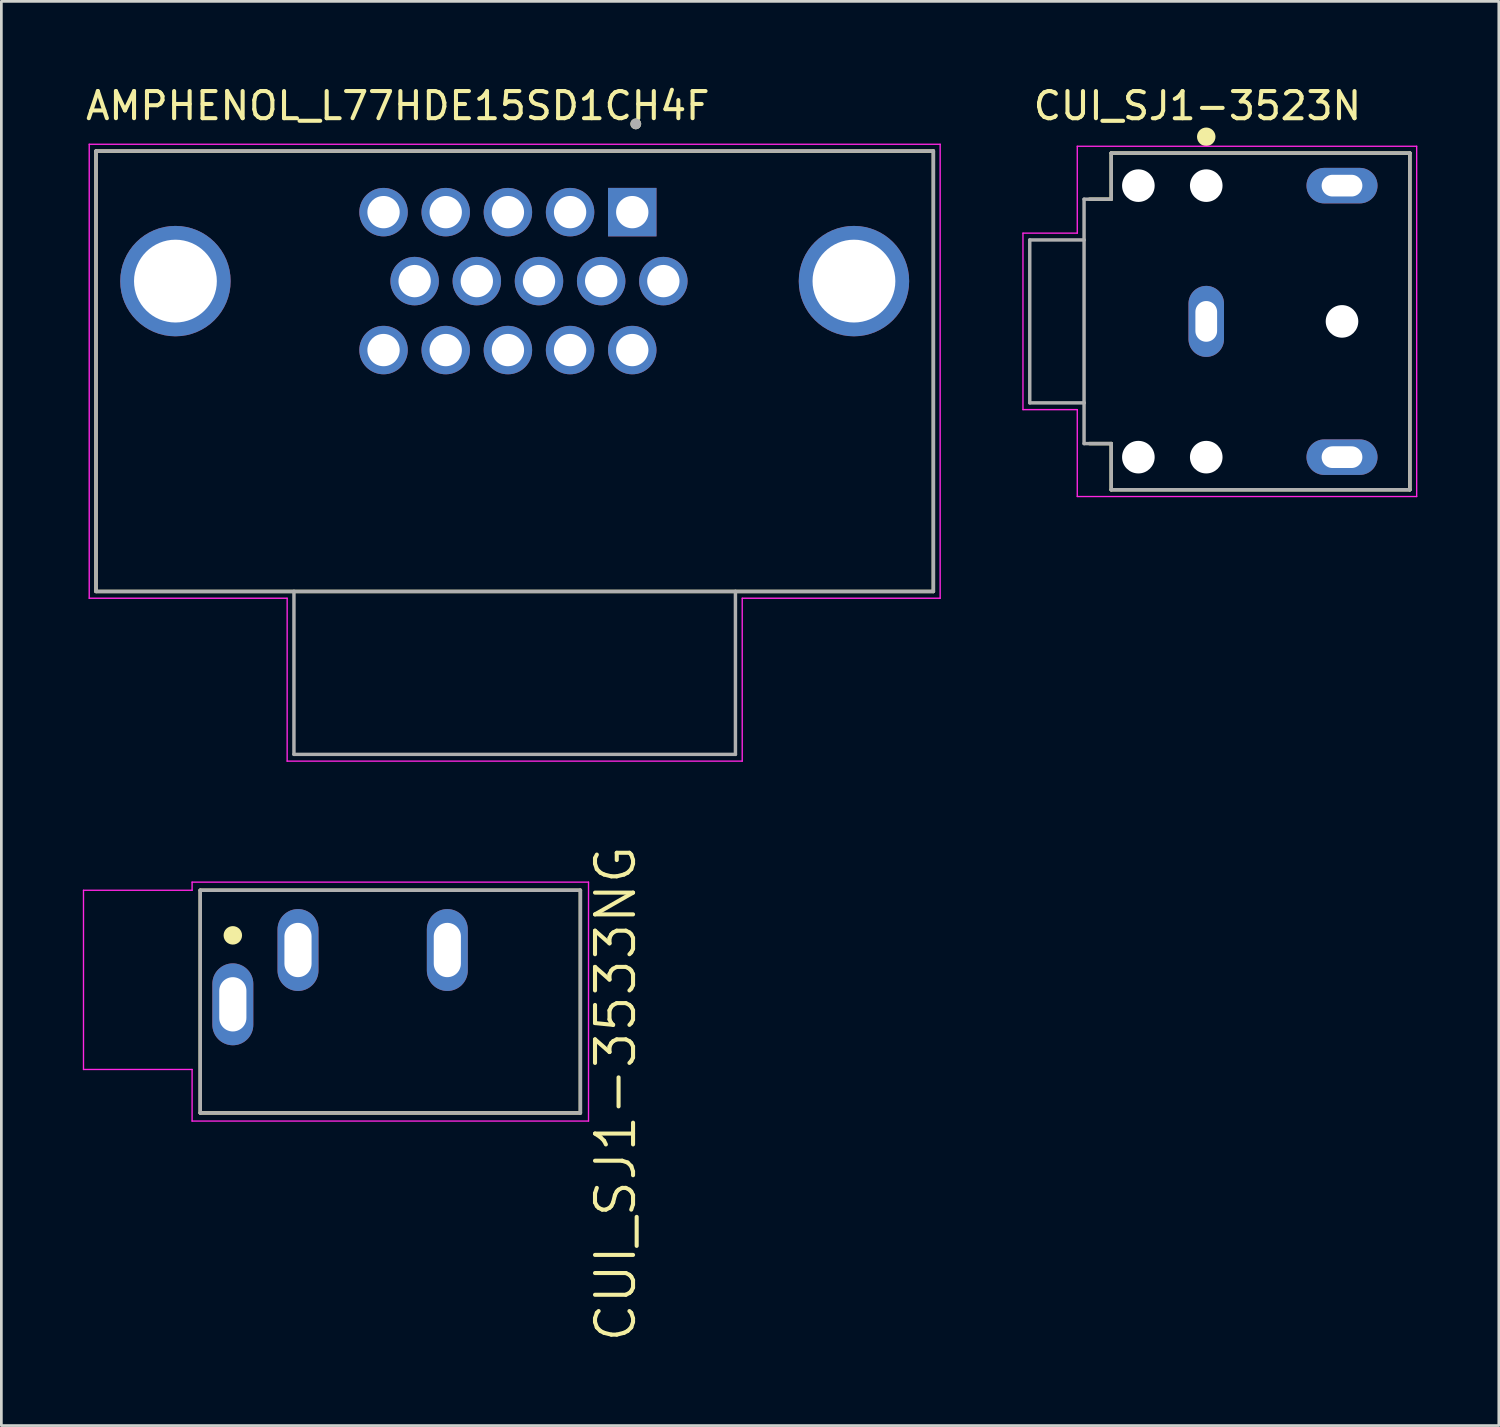
<source format=kicad_pcb>
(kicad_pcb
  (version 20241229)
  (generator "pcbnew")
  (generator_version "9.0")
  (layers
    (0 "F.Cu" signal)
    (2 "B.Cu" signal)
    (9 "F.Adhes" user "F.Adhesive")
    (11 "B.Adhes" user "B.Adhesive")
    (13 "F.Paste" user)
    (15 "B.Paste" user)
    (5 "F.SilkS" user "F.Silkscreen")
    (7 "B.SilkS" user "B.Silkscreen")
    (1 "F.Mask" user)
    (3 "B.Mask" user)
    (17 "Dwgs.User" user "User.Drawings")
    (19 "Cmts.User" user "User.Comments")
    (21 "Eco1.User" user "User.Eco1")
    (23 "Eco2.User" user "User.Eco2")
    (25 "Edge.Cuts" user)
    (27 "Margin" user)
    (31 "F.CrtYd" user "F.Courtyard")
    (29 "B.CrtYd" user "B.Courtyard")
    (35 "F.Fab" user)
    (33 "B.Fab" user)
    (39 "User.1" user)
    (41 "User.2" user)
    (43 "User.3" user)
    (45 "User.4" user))
  (footprint "CUI_SJ1-3523N"
    (layer "F.Cu")
    (at 41.376 8.787)
    (property "Reference" "CUI_SJ1-3523N" (at -0.325 -7.938 0) (layer "F.SilkS") (effects (font (size 1 1) (thickness 0.15))))
    (attr through_hole)
    (fp_line (start -3.5 -6.2) (end -3.5 -4.5) (stroke (width 0.127) (type solid)) (layer "F.SilkS"))
    (fp_line (start -3.5 -4.5) (end -4.3 -4.5) (stroke (width 0.127) (type solid)) (layer "F.SilkS"))
    (fp_line (start -3.5 4.5) (end -4.3 4.5) (stroke (width 0.127) (type solid)) (layer "F.SilkS"))
    (fp_line (start -3.5 4.5) (end -3.5 6.2) (stroke (width 0.127) (type solid)) (layer "F.SilkS"))
    (fp_line (start 7.5 -6.2) (end -3.5 -6.2) (stroke (width 0.127) (type solid)) (layer "F.SilkS"))
    (fp_line (start 7.5 -6.2) (end 7.5 6.2) (stroke (width 0.127) (type solid)) (layer "F.SilkS"))
    (fp_line (start 7.5 6.2) (end -3.5 6.2) (stroke (width 0.127) (type solid)) (layer "F.SilkS"))
    (fp_circle (center 0 -6.8) (end 0.17 -6.8) (stroke (width 0.34) (type solid)) (fill no) (layer "F.SilkS"))
    (fp_line (start -6.75 -3.25) (end -6.75 3.25) (stroke (width 0.05) (type solid)) (layer "F.CrtYd"))
    (fp_line (start -6.75 3.25) (end -4.75 3.25) (stroke (width 0.05) (type solid)) (layer "F.CrtYd"))
    (fp_line (start -4.75 -6.45) (end -4.75 -3.25) (stroke (width 0.05) (type solid)) (layer "F.CrtYd"))
    (fp_line (start -4.75 -6.45) (end 7.75 -6.45) (stroke (width 0.05) (type solid)) (layer "F.CrtYd"))
    (fp_line (start -4.75 -3.25) (end -6.75 -3.25) (stroke (width 0.05) (type solid)) (layer "F.CrtYd"))
    (fp_line (start -4.75 3.25) (end -4.75 6.45) (stroke (width 0.05) (type solid)) (layer "F.CrtYd"))
    (fp_line (start 7.75 -6.45) (end 7.75 6.45) (stroke (width 0.05) (type solid)) (layer "F.CrtYd"))
    (fp_line (start 7.75 6.45) (end -4.75 6.45) (stroke (width 0.05) (type solid)) (layer "F.CrtYd"))
    (fp_line (start -6.5 -3) (end -6.5 3) (stroke (width 0.127) (type solid)) (layer "F.Fab"))
    (fp_line (start -6.5 3) (end -4.5 3) (stroke (width 0.127) (type solid)) (layer "F.Fab"))
    (fp_line (start -4.5 -4.5) (end -4.5 -3) (stroke (width 0.127) (type solid)) (layer "F.Fab"))
    (fp_line (start -4.5 -3) (end -6.5 -3) (stroke (width 0.127) (type solid)) (layer "F.Fab"))
    (fp_line (start -4.5 -3) (end -4.5 3) (stroke (width 0.127) (type solid)) (layer "F.Fab"))
    (fp_line (start -4.5 3) (end -4.5 4.5) (stroke (width 0.127) (type solid)) (layer "F.Fab"))
    (fp_line (start -4.5 4.5) (end -3.5 4.5) (stroke (width 0.127) (type solid)) (layer "F.Fab"))
    (fp_line (start -3.5 -6.2) (end -3.5 -4.5) (stroke (width 0.127) (type solid)) (layer "F.Fab"))
    (fp_line (start -3.5 -4.5) (end -4.5 -4.5) (stroke (width 0.127) (type solid)) (layer "F.Fab"))
    (fp_line (start -3.5 4.5) (end -3.5 6.2) (stroke (width 0.127) (type solid)) (layer "F.Fab"))
    (fp_line (start 7.5 -6.2) (end -3.5 -6.2) (stroke (width 0.127) (type solid)) (layer "F.Fab"))
    (fp_line (start 7.5 -6.2) (end 7.5 6.2) (stroke (width 0.127) (type solid)) (layer "F.Fab"))
    (fp_line (start 7.5 6.2) (end -3.5 6.2) (stroke (width 0.127) (type solid)) (layer "F.Fab"))
    (pad "" np_thru_hole circle (at -2.5 -5) (size 1.2 1.2) (drill 1.2) (layers "*.Cu" "*.Mask"))
    (pad "" np_thru_hole circle (at -2.5 5) (size 1.2 1.2) (drill 1.2) (layers "*.Cu" "*.Mask"))
    (pad "" np_thru_hole circle (at 0 -5) (size 1.2 1.2) (drill 1.2) (layers "*.Cu" "*.Mask"))
    (pad "" np_thru_hole circle (at 0 5) (size 1.2 1.2) (drill 1.2) (layers "*.Cu" "*.Mask"))
    (pad "" np_thru_hole circle (at 5 0) (size 1.2 1.2) (drill 1.2) (layers "*.Cu" "*.Mask"))
    (pad "1" thru_hole oval (at 0 0) (size 1.308 2.616) (drill oval 0.8 1.5) (layers "*.Cu" "*.Mask"))
    (pad "2" thru_hole oval (at 5 5) (size 2.616 1.308) (drill oval 1.5 0.8) (layers "*.Cu" "*.Mask"))
    (pad "3" thru_hole oval (at 5 -5) (size 2.616 1.308) (drill oval 1.5 0.8) (layers "*.Cu" "*.Mask")))
  (footprint "CUI_SJ1-3533NG"
    (layer "F.Cu")
    (at 5.525 33.939)
    (property "Reference" "CUI_SJ1-3533NG" (at 14.1 3.292 270) (layer "F.SilkS") (effects (font (size 1.401 1.401) (thickness 0.15))))
    (attr through_hole)
    (fp_line (start -1.2 -4.2) (end 12.8 -4.2) (stroke (width 0.127) (type solid)) (layer "F.SilkS"))
    (fp_line (start -1.2 4) (end -1.2 -4.2) (stroke (width 0.127) (type solid)) (layer "F.SilkS"))
    (fp_line (start 12.8 -4.2) (end 12.8 4) (stroke (width 0.127) (type solid)) (layer "F.SilkS"))
    (fp_line (start 12.8 4) (end -1.2 4) (stroke (width 0.127) (type solid)) (layer "F.SilkS"))
    (fp_circle (center 0 -2.54) (end 0.17 -2.54) (stroke (width 0.34) (type solid)) (fill no) (layer "F.SilkS"))
    (fp_line (start -5.5 -4.2) (end -1.5 -4.2) (stroke (width 0.05) (type solid)) (layer "F.CrtYd"))
    (fp_line (start -5.5 2.4) (end -5.5 -4.2) (stroke (width 0.05) (type solid)) (layer "F.CrtYd"))
    (fp_line (start -1.5 -4.5) (end 13.1 -4.5) (stroke (width 0.05) (type solid)) (layer "F.CrtYd"))
    (fp_line (start -1.5 -4.2) (end -1.5 -4.5) (stroke (width 0.05) (type solid)) (layer "F.CrtYd"))
    (fp_line (start -1.5 2.4) (end -5.5 2.4) (stroke (width 0.05) (type solid)) (layer "F.CrtYd"))
    (fp_line (start -1.5 4.3) (end -1.5 2.4) (stroke (width 0.05) (type solid)) (layer "F.CrtYd"))
    (fp_line (start 13.1 -4.5) (end 13.1 4.3) (stroke (width 0.05) (type solid)) (layer "F.CrtYd"))
    (fp_line (start 13.1 4.3) (end -1.5 4.3) (stroke (width 0.05) (type solid)) (layer "F.CrtYd"))
    (fp_line (start -1.2 -4.2) (end 12.8 -4.2) (stroke (width 0.127) (type solid)) (layer "F.Fab"))
    (fp_line (start -1.2 4) (end -1.2 -4.2) (stroke (width 0.127) (type solid)) (layer "F.Fab"))
    (fp_line (start 12.8 -4.2) (end 12.8 4) (stroke (width 0.127) (type solid)) (layer "F.Fab"))
    (fp_line (start 12.8 4) (end -1.2 4) (stroke (width 0.127) (type solid)) (layer "F.Fab"))
    (pad "1" thru_hole oval (at 0 0) (size 1.508 3.016) (drill oval 1 2) (layers "*.Cu" "*.Mask"))
    (pad "2" thru_hole oval (at 2.4 -2) (size 1.508 3.016) (drill oval 1 2) (layers "*.Cu" "*.Mask"))
    (pad "3" thru_hole oval (at 7.9 -2) (size 1.508 3.016) (drill oval 1 2) (layers "*.Cu" "*.Mask")))
  (footprint "AMPHENOL_L77HDE15SD1CH4F"
    (layer "F.Cu")
    (at 15.906 7.303)
    (property "Reference" "AMPHENOL_L77HDE15SD1CH4F" (at -4.305 -6.455 0) (layer "F.SilkS") (effects (font (size 1 1) (thickness 0.15))))
    (attr through_hole)
    (fp_line (start -15.42 -4.79) (end -15.42 11.43) (stroke (width 0.127) (type solid)) (layer "F.SilkS"))
    (fp_line (start -15.42 11.43) (end 15.42 11.43) (stroke (width 0.127) (type solid)) (layer "F.SilkS"))
    (fp_line (start 15.42 -4.79) (end -15.42 -4.79) (stroke (width 0.127) (type solid)) (layer "F.SilkS"))
    (fp_line (start 15.42 11.43) (end 15.42 -4.79) (stroke (width 0.127) (type solid)) (layer "F.SilkS"))
    (fp_circle (center 4.46 -5.79) (end 4.56 -5.79) (stroke (width 0.2) (type solid)) (fill no) (layer "F.SilkS"))
    (fp_line (start -15.67 -5.04) (end -15.67 11.68) (stroke (width 0.05) (type solid)) (layer "F.CrtYd"))
    (fp_line (start -15.67 11.68) (end -8.38 11.68) (stroke (width 0.05) (type solid)) (layer "F.CrtYd"))
    (fp_line (start -8.38 11.68) (end -8.38 17.68) (stroke (width 0.05) (type solid)) (layer "F.CrtYd"))
    (fp_line (start -8.38 17.68) (end 8.38 17.68) (stroke (width 0.05) (type solid)) (layer "F.CrtYd"))
    (fp_line (start 8.38 11.68) (end 15.67 11.68) (stroke (width 0.05) (type solid)) (layer "F.CrtYd"))
    (fp_line (start 8.38 17.68) (end 8.38 11.68) (stroke (width 0.05) (type solid)) (layer "F.CrtYd"))
    (fp_line (start 15.67 -5.04) (end -15.67 -5.04) (stroke (width 0.05) (type solid)) (layer "F.CrtYd"))
    (fp_line (start 15.67 11.68) (end 15.67 -5.04) (stroke (width 0.05) (type solid)) (layer "F.CrtYd"))
    (fp_line (start -15.42 -4.79) (end -15.42 11.43) (stroke (width 0.127) (type solid)) (layer "F.Fab"))
    (fp_line (start -15.42 11.43) (end -8.13 11.43) (stroke (width 0.127) (type solid)) (layer "F.Fab"))
    (fp_line (start -8.13 11.43) (end -8.13 17.43) (stroke (width 0.127) (type solid)) (layer "F.Fab"))
    (fp_line (start -8.13 17.43) (end 8.13 17.43) (stroke (width 0.127) (type solid)) (layer "F.Fab"))
    (fp_line (start 8.13 11.43) (end -8.13 11.43) (stroke (width 0.127) (type solid)) (layer "F.Fab"))
    (fp_line (start 8.13 11.43) (end 15.42 11.43) (stroke (width 0.127) (type solid)) (layer "F.Fab"))
    (fp_line (start 8.13 17.43) (end 8.13 11.43) (stroke (width 0.127) (type solid)) (layer "F.Fab"))
    (fp_line (start 15.42 -4.79) (end -15.42 -4.79) (stroke (width 0.127) (type solid)) (layer "F.Fab"))
    (fp_line (start 15.42 11.43) (end 15.42 -4.79) (stroke (width 0.127) (type solid)) (layer "F.Fab"))
    (fp_circle (center 4.46 -5.79) (end 4.56 -5.79) (stroke (width 0.2) (type solid)) (fill no) (layer "F.Fab"))
    (pad "0" thru_hole circle (at -12.495 0) (size 4.066 4.066) (drill 3.05) (layers "*.Cu" "*.Mask"))
    (pad "0" thru_hole circle (at 12.495 0) (size 4.066 4.066) (drill 3.05) (layers "*.Cu" "*.Mask"))
    (pad "1" thru_hole rect (at 4.33 -2.54) (size 1.785 1.785) (drill 1.19) (layers "*.Cu" "*.Mask"))
    (pad "2" thru_hole circle (at 2.04 -2.54) (size 1.785 1.785) (drill 1.19) (layers "*.Cu" "*.Mask"))
    (pad "3" thru_hole circle (at -0.25 -2.54) (size 1.785 1.785) (drill 1.19) (layers "*.Cu" "*.Mask"))
    (pad "4" thru_hole circle (at -2.54 -2.54) (size 1.785 1.785) (drill 1.19) (layers "*.Cu" "*.Mask"))
    (pad "5" thru_hole circle (at -4.83 -2.54) (size 1.785 1.785) (drill 1.19) (layers "*.Cu" "*.Mask"))
    (pad "6" thru_hole circle (at 5.475 0) (size 1.785 1.785) (drill 1.19) (layers "*.Cu" "*.Mask"))
    (pad "7" thru_hole circle (at 3.185 0) (size 1.785 1.785) (drill 1.19) (layers "*.Cu" "*.Mask"))
    (pad "8" thru_hole circle (at 0.895 0) (size 1.785 1.785) (drill 1.19) (layers "*.Cu" "*.Mask"))
    (pad "9" thru_hole circle (at -1.395 0) (size 1.785 1.785) (drill 1.19) (layers "*.Cu" "*.Mask"))
    (pad "10" thru_hole circle (at -3.685 0) (size 1.785 1.785) (drill 1.19) (layers "*.Cu" "*.Mask"))
    (pad "11" thru_hole circle (at 4.33 2.54) (size 1.785 1.785) (drill 1.19) (layers "*.Cu" "*.Mask"))
    (pad "12" thru_hole circle (at 2.04 2.54) (size 1.785 1.785) (drill 1.19) (layers "*.Cu" "*.Mask"))
    (pad "13" thru_hole circle (at -0.25 2.54) (size 1.785 1.785) (drill 1.19) (layers "*.Cu" "*.Mask"))
    (pad "14" thru_hole circle (at -2.54 2.54) (size 1.785 1.785) (drill 1.19) (layers "*.Cu" "*.Mask"))
    (pad "15" thru_hole circle (at -4.83 2.54) (size 1.785 1.785) (drill 1.19) (layers "*.Cu" "*.Mask")))
  (gr_rect
    (start -3 -3)
    (end 52.151 49.454)
    (stroke (width 0.1) (type default))
    (fill no)
    (layer "Edge.Cuts")))
</source>
